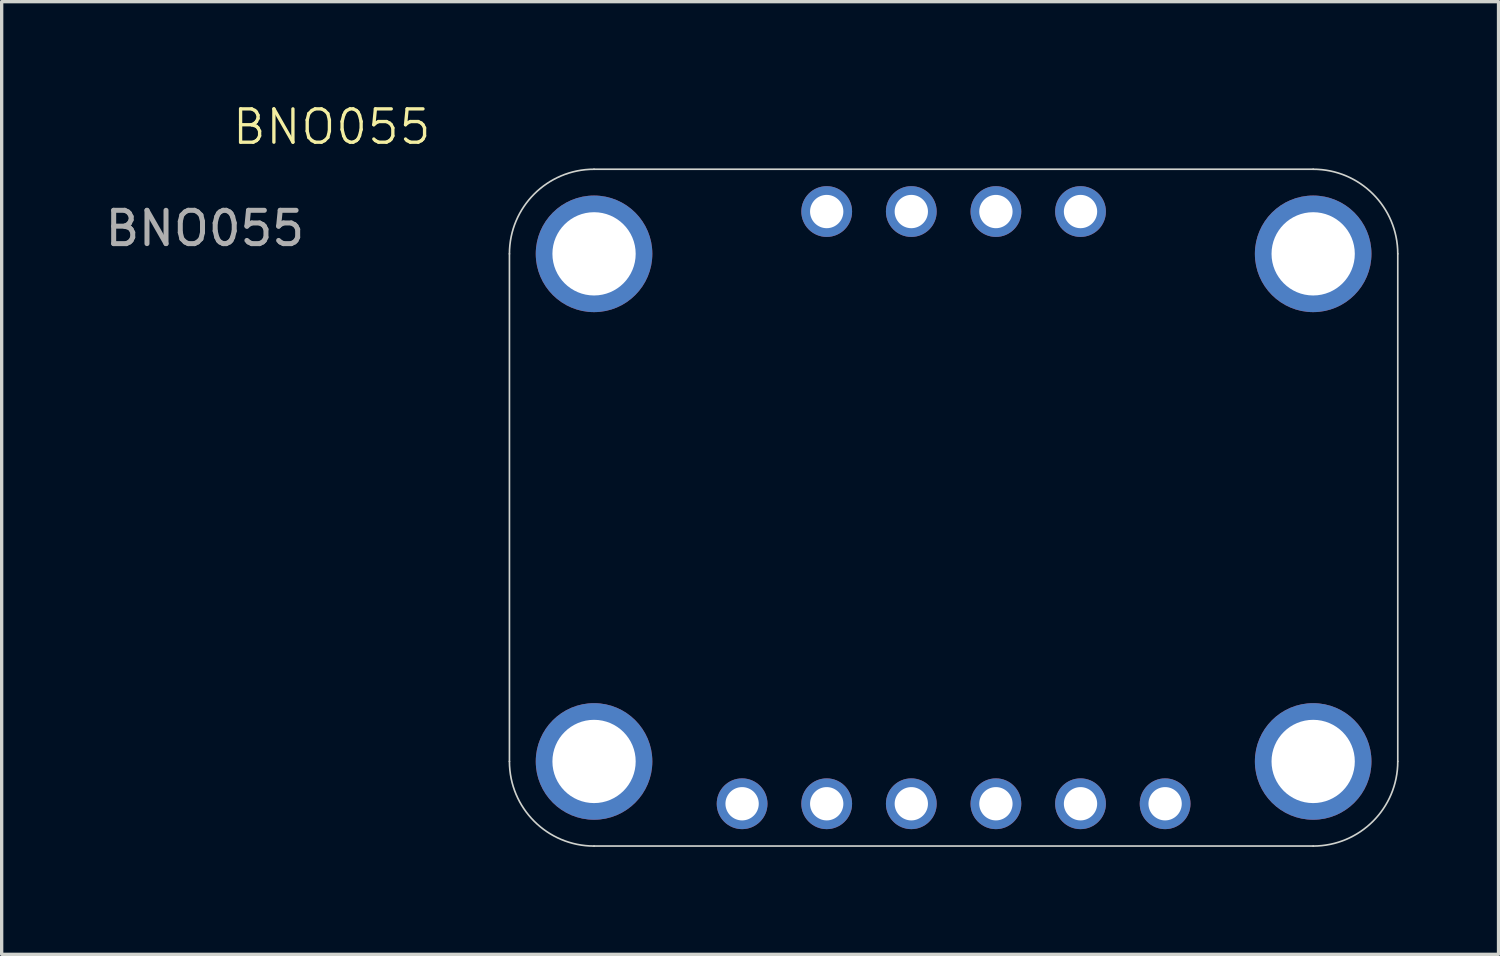
<source format=kicad_pcb>
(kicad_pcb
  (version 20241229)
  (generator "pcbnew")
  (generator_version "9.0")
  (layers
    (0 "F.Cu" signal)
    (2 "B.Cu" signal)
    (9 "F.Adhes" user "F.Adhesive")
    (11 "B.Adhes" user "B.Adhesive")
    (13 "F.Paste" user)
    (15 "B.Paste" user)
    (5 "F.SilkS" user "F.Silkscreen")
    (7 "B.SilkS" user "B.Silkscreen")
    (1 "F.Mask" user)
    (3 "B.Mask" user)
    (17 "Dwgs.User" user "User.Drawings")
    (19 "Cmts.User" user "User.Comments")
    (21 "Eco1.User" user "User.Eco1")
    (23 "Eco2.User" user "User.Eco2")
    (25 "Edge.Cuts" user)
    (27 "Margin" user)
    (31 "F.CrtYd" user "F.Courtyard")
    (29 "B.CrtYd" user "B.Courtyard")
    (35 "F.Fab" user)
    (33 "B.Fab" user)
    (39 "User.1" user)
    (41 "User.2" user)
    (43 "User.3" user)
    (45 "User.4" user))
  (footprint "BNO055"
    (layer "F.Cu")
    (at 12.245 22.351)
    (property "Reference" "BNO055" (at -5.334 -21.59 0) (unlocked yes) (layer "F.SilkS") (effects (font (size 1 1) (thickness 0.1))))
    (attr through_hole)
    (fp_line (start 0 -2.54) (end 0 -17.78) (stroke (width 0.05) (type default)) (layer "Edge.Cuts"))
    (fp_line (start 2.54 -20.32) (end 24.13 -20.32) (stroke (width 0.05) (type default)) (layer "Edge.Cuts"))
    (fp_line (start 24.13 0) (end 2.54 0) (stroke (width 0.05) (type default)) (layer "Edge.Cuts"))
    (fp_line (start 26.67 -17.78) (end 26.67 -2.54) (stroke (width 0.05) (type default)) (layer "Edge.Cuts"))
    (fp_arc (start 0 -17.78) (mid 0.743949 -19.576051) (end 2.54 -20.32) (stroke (width 0.05) (type default)) (layer "Edge.Cuts"))
    (fp_arc (start 2.54 0) (mid 0.743949 -0.743949) (end 0 -2.54) (stroke (width 0.05) (type default)) (layer "Edge.Cuts"))
    (fp_arc (start 24.13 -20.32) (mid 25.926051 -19.576051) (end 26.67 -17.78) (stroke (width 0.05) (type default)) (layer "Edge.Cuts"))
    (fp_arc (start 26.67 -2.54) (mid 25.926051 -0.743949) (end 24.13 0) (stroke (width 0.05) (type default)) (layer "Edge.Cuts"))
    (fp_text user "${REFERENCE}" (at -9.144 -18.542 0) (unlocked yes) (layer "F.Fab") (effects (font (size 1 1) (thickness 0.15))))
    (pad "1" thru_hole circle (at 6.985 -1.27) (size 1.524 1.524) (drill 1) (layers "*.Cu" "*.Mask"))
    (pad "2" thru_hole circle (at 9.525 -1.27) (size 1.524 1.524) (drill 1) (layers "*.Cu" "*.Mask"))
    (pad "3" thru_hole circle (at 12.065 -1.27) (size 1.524 1.524) (drill 1) (layers "*.Cu" "*.Mask"))
    (pad "4" thru_hole circle (at 14.605 -1.27) (size 1.524 1.524) (drill 1) (layers "*.Cu" "*.Mask"))
    (pad "5" thru_hole circle (at 17.145 -1.27) (size 1.524 1.524) (drill 1) (layers "*.Cu" "*.Mask"))
    (pad "6" thru_hole circle (at 19.685 -1.27) (size 1.524 1.524) (drill 1) (layers "*.Cu" "*.Mask"))
    (pad "7" thru_hole circle (at 9.525 -19.05) (size 1.524 1.524) (drill 1) (layers "*.Cu" "*.Mask"))
    (pad "8" thru_hole circle (at 12.065 -19.05) (size 1.524 1.524) (drill 1) (layers "*.Cu" "*.Mask"))
    (pad "9" thru_hole circle (at 14.605 -19.05) (size 1.524 1.524) (drill 1) (layers "*.Cu" "*.Mask"))
    (pad "10" thru_hole circle (at 17.145 -19.05) (size 1.524 1.524) (drill 1) (layers "*.Cu" "*.Mask"))
    (pad "11" thru_hole circle (at 2.54 -2.54) (size 3.5 3.5) (drill 2.5) (layers "*.Cu" "*.Mask"))
    (pad "12" thru_hole circle (at 24.13 -2.54) (size 3.5 3.5) (drill 2.5) (layers "*.Cu" "*.Mask"))
    (pad "13" thru_hole circle (at 2.54 -17.78) (size 3.5 3.5) (drill 2.5) (layers "*.Cu" "*.Mask"))
    (pad "14" thru_hole circle (at 24.13 -17.78) (size 3.5 3.5) (drill 2.5) (layers "*.Cu" "*.Mask")))
  (gr_rect
    (start -3 -3)
    (end 41.94 25.601)
    (stroke (width 0.1) (type default))
    (fill no)
    (layer "Edge.Cuts")))
</source>
